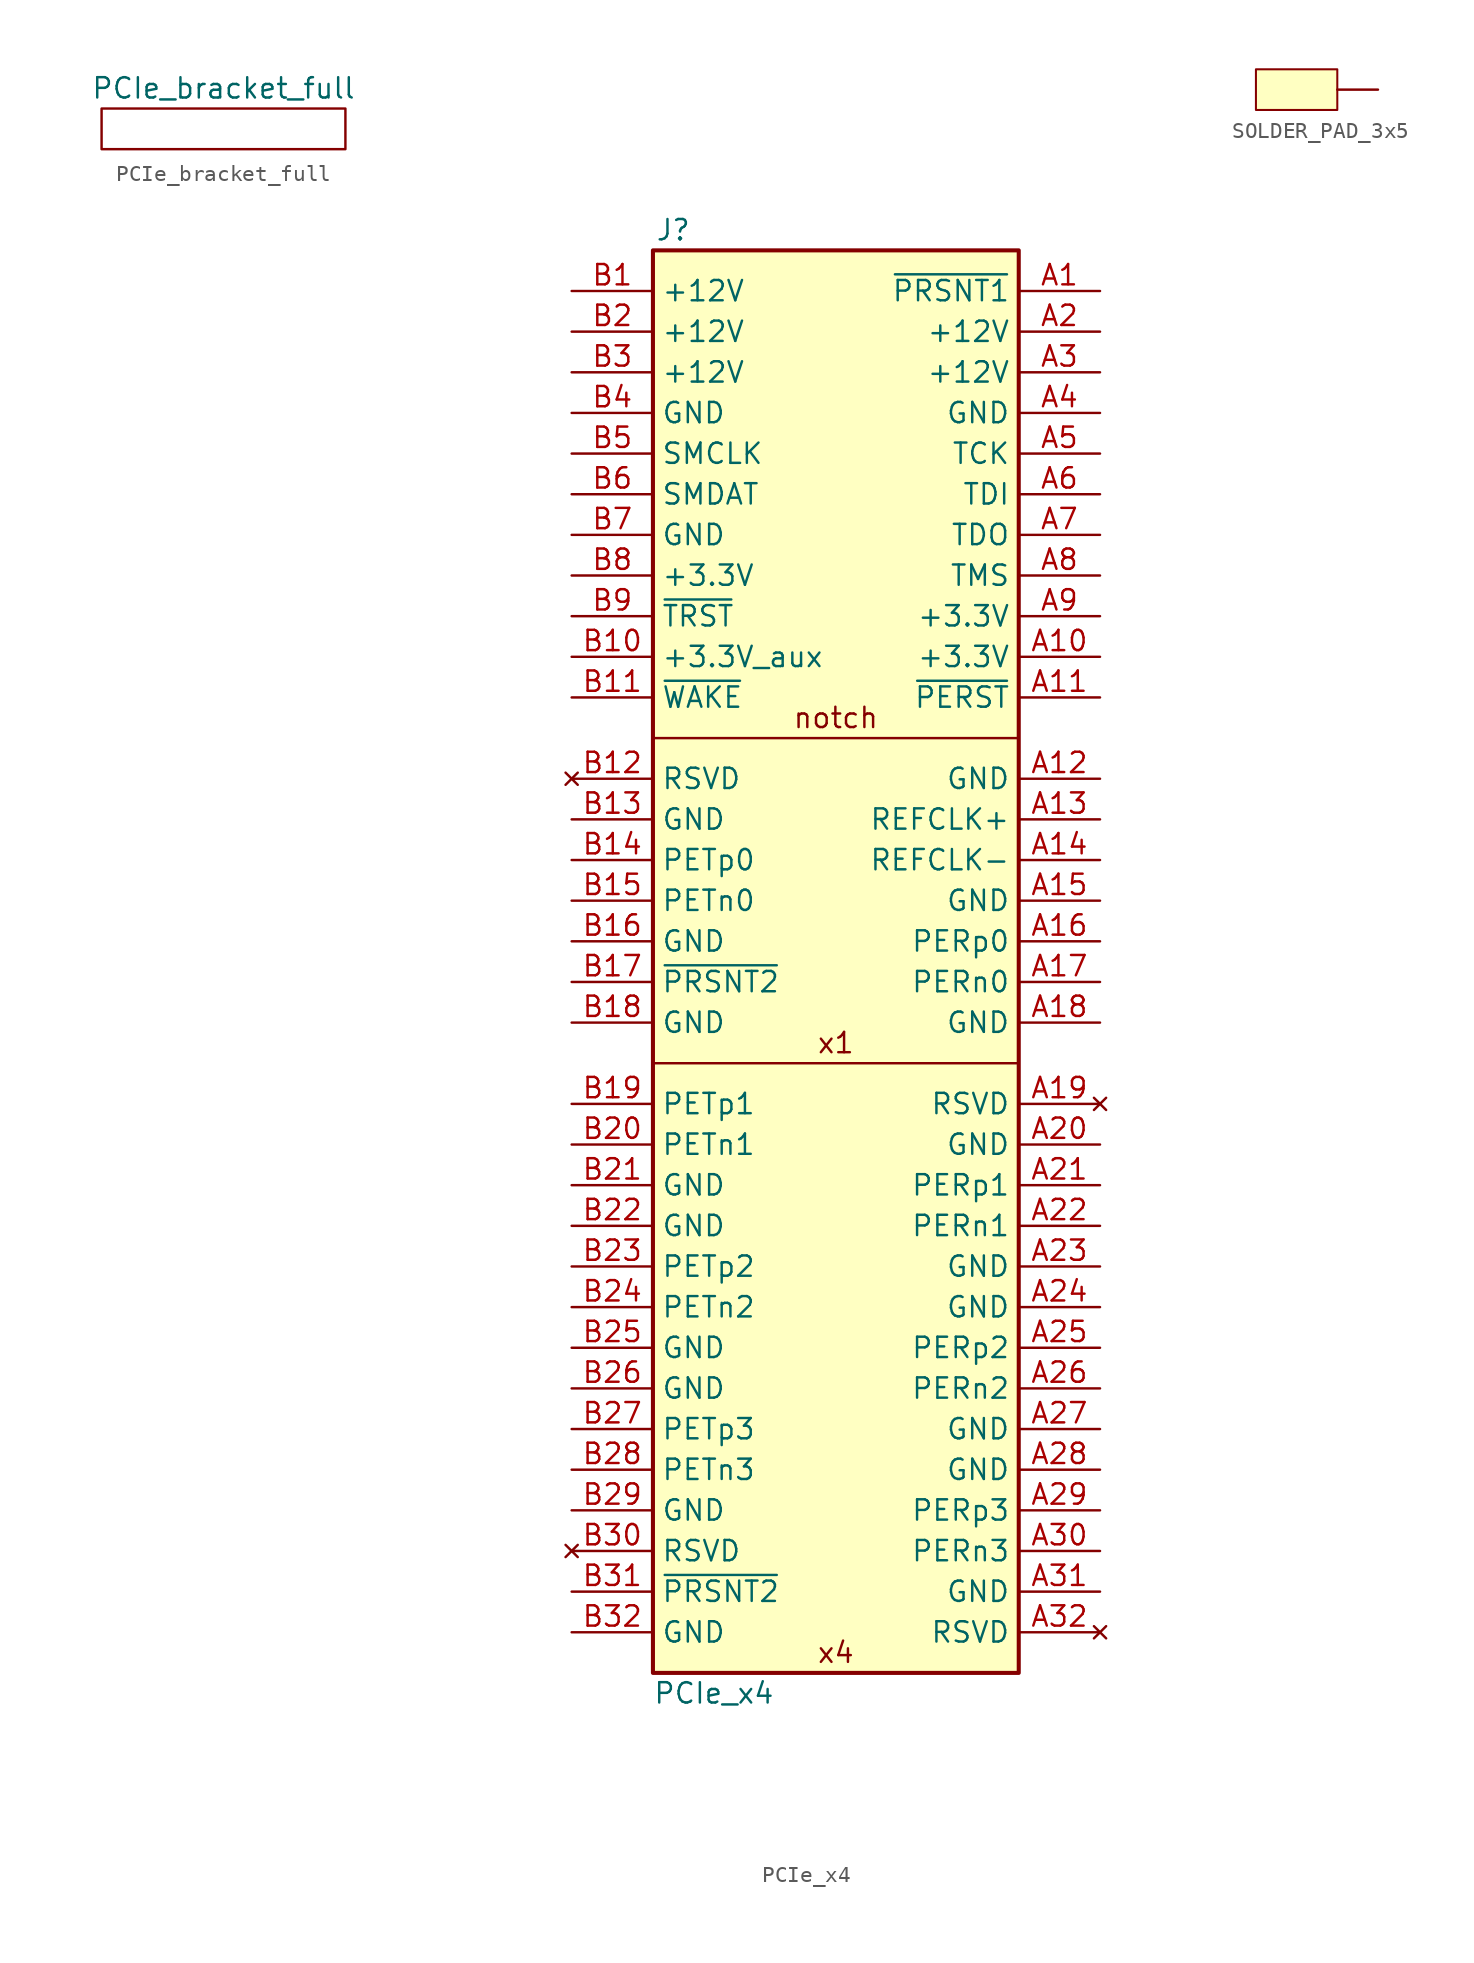
<source format=kicad_sym>
(kicad_symbol_lib
  (version 20211014)
  (generator kicad_symbol_editor)
  (symbol "PCIe_bracket_full"
    (pin_numbers hide)
    (pin_names
      (offset 0) hide)
    (property "Reference" "ZZ"
      (at 10.16 0 0)
      (effects (font (size 1.27 1.27)) hide))
    (property "Value" "PCIe_bracket_full"
      (at 0 2.54 0)
      (effects (font (size 1.27 1.27))))
    (symbol "PCIe_bracket_full_0_1"
      (rectangle (start -7.62 1.27) (end 7.62 -1.27) (stroke (width 0.152) (type default) (color 0 0 0 0)) (fill (type none)))))
  (symbol "PCIe_x4"
    (property "Reference" "J"
      (at 1.27 1.27 0)
      (effects (font (size 1.27 1.27))))
    (property "Value" "PCIe_x4"
      (at 3.81 -90.17 0)
      (effects (font (size 1.27 1.27))))
    (symbol "PCIe_x4_0_0"
      (text "" (at -8.89 0 0) (effects (font (size 1.27 1.27))))
      (text "notch" (at 11.43 -29.21 0) (effects (font (size 1.27 1.27))))
      (text "x1" (at 11.43 -49.53 0) (effects (font (size 1.27 1.27))))
      (text "x4" (at 11.43 -87.63 0) (effects (font (size 1.27 1.27)))))
    (symbol "PCIe_x4_0_1"
      (polyline (pts (xy 22.86 -50.8) (xy 0 -50.8)) (stroke (width 0) (type default) (color 0 0 0 0)) (fill (type none)))
      (polyline (pts (xy 22.86 -30.48) (xy 0 -30.48)) (stroke (width 0) (type default) (color 0 0 0 0)) (fill (type none))))
    (symbol "PCIe_x4_1_1"
      (rectangle (start 22.86 0) (end 0 -88.9) (stroke (width 0.254) (type default) (color 0 0 0 0)) (fill (type background)))
      (pin passive line (at 27.94 -2.54 180) (length 5.08) (name "~{PRSNT1}" (effects (font (size 1.27 1.27)))) (number "A1" (effects (font (size 1.27 1.27)))))
      (pin power_out line (at 27.94 -25.4 180) (length 5.08) (name "+3.3V" (effects (font (size 1.27 1.27)))) (number "A10" (effects (font (size 1.27 1.27)))))
      (pin output line (at 27.94 -27.94 180) (length 5.08) (name "~{PERST}" (effects (font (size 1.27 1.27)))) (number "A11" (effects (font (size 1.27 1.27)))))
      (pin power_out line (at 27.94 -33.02 180) (length 5.08) (name "GND" (effects (font (size 1.27 1.27)))) (number "A12" (effects (font (size 1.27 1.27)))))
      (pin output line (at 27.94 -35.56 180) (length 5.08) (name "REFCLK+" (effects (font (size 1.27 1.27)))) (number "A13" (effects (font (size 1.27 1.27)))))
      (pin output line (at 27.94 -38.1 180) (length 5.08) (name "REFCLK-" (effects (font (size 1.27 1.27)))) (number "A14" (effects (font (size 1.27 1.27)))))
      (pin power_out line (at 27.94 -40.64 180) (length 5.08) (name "GND" (effects (font (size 1.27 1.27)))) (number "A15" (effects (font (size 1.27 1.27)))))
      (pin input line (at 27.94 -43.18 180) (length 5.08) (name "PERp0" (effects (font (size 1.27 1.27)))) (number "A16" (effects (font (size 1.27 1.27)))))
      (pin input line (at 27.94 -45.72 180) (length 5.08) (name "PERn0" (effects (font (size 1.27 1.27)))) (number "A17" (effects (font (size 1.27 1.27)))))
      (pin power_out line (at 27.94 -48.26 180) (length 5.08) (name "GND" (effects (font (size 1.27 1.27)))) (number "A18" (effects (font (size 1.27 1.27)))))
      (pin no_connect line (at 27.94 -53.34 180) (length 5.08) (name "RSVD" (effects (font (size 1.27 1.27)))) (number "A19" (effects (font (size 1.27 1.27)))))
      (pin power_out line (at 27.94 -5.08 180) (length 5.08) (name "+12V" (effects (font (size 1.27 1.27)))) (number "A2" (effects (font (size 1.27 1.27)))))
      (pin power_out line (at 27.94 -55.88 180) (length 5.08) (name "GND" (effects (font (size 1.27 1.27)))) (number "A20" (effects (font (size 1.27 1.27)))))
      (pin input line (at 27.94 -58.42 180) (length 5.08) (name "PERp1" (effects (font (size 1.27 1.27)))) (number "A21" (effects (font (size 1.27 1.27)))))
      (pin input line (at 27.94 -60.96 180) (length 5.08) (name "PERn1" (effects (font (size 1.27 1.27)))) (number "A22" (effects (font (size 1.27 1.27)))))
      (pin power_out line (at 27.94 -63.5 180) (length 5.08) (name "GND" (effects (font (size 1.27 1.27)))) (number "A23" (effects (font (size 1.27 1.27)))))
      (pin power_out line (at 27.94 -66.04 180) (length 5.08) (name "GND" (effects (font (size 1.27 1.27)))) (number "A24" (effects (font (size 1.27 1.27)))))
      (pin input line (at 27.94 -68.58 180) (length 5.08) (name "PERp2" (effects (font (size 1.27 1.27)))) (number "A25" (effects (font (size 1.27 1.27)))))
      (pin input line (at 27.94 -71.12 180) (length 5.08) (name "PERn2" (effects (font (size 1.27 1.27)))) (number "A26" (effects (font (size 1.27 1.27)))))
      (pin power_out line (at 27.94 -73.66 180) (length 5.08) (name "GND" (effects (font (size 1.27 1.27)))) (number "A27" (effects (font (size 1.27 1.27)))))
      (pin power_out line (at 27.94 -76.2 180) (length 5.08) (name "GND" (effects (font (size 1.27 1.27)))) (number "A28" (effects (font (size 1.27 1.27)))))
      (pin input line (at 27.94 -78.74 180) (length 5.08) (name "PERp3" (effects (font (size 1.27 1.27)))) (number "A29" (effects (font (size 1.27 1.27)))))
      (pin power_out line (at 27.94 -7.62 180) (length 5.08) (name "+12V" (effects (font (size 1.27 1.27)))) (number "A3" (effects (font (size 1.27 1.27)))))
      (pin input line (at 27.94 -81.28 180) (length 5.08) (name "PERn3" (effects (font (size 1.27 1.27)))) (number "A30" (effects (font (size 1.27 1.27)))))
      (pin power_out line (at 27.94 -83.82 180) (length 5.08) (name "GND" (effects (font (size 1.27 1.27)))) (number "A31" (effects (font (size 1.27 1.27)))))
      (pin no_connect line (at 27.94 -86.36 180) (length 5.08) (name "RSVD" (effects (font (size 1.27 1.27)))) (number "A32" (effects (font (size 1.27 1.27)))))
      (pin power_out line (at 27.94 -10.16 180) (length 5.08) (name "GND" (effects (font (size 1.27 1.27)))) (number "A4" (effects (font (size 1.27 1.27)))))
      (pin output line (at 27.94 -12.7 180) (length 5.08) (name "TCK" (effects (font (size 1.27 1.27)))) (number "A5" (effects (font (size 1.27 1.27)))))
      (pin output line (at 27.94 -15.24 180) (length 5.08) (name "TDI" (effects (font (size 1.27 1.27)))) (number "A6" (effects (font (size 1.27 1.27)))))
      (pin input line (at 27.94 -17.78 180) (length 5.08) (name "TDO" (effects (font (size 1.27 1.27)))) (number "A7" (effects (font (size 1.27 1.27)))))
      (pin output line (at 27.94 -20.32 180) (length 5.08) (name "TMS" (effects (font (size 1.27 1.27)))) (number "A8" (effects (font (size 1.27 1.27)))))
      (pin power_out line (at 27.94 -22.86 180) (length 5.08) (name "+3.3V" (effects (font (size 1.27 1.27)))) (number "A9" (effects (font (size 1.27 1.27)))))
      (pin power_out line (at -5.08 -2.54 0) (length 5.08) (name "+12V" (effects (font (size 1.27 1.27)))) (number "B1" (effects (font (size 1.27 1.27)))))
      (pin power_out line (at -5.08 -25.4 0) (length 5.08) (name "+3.3V_aux" (effects (font (size 1.27 1.27)))) (number "B10" (effects (font (size 1.27 1.27)))))
      (pin open_collector line (at -5.08 -27.94 0) (length 5.08) (name "~{WAKE}" (effects (font (size 1.27 1.27)))) (number "B11" (effects (font (size 1.27 1.27)))))
      (pin no_connect line (at -5.08 -33.02 0) (length 5.08) (name "RSVD" (effects (font (size 1.27 1.27)))) (number "B12" (effects (font (size 1.27 1.27)))))
      (pin power_out line (at -5.08 -35.56 0) (length 5.08) (name "GND" (effects (font (size 1.27 1.27)))) (number "B13" (effects (font (size 1.27 1.27)))))
      (pin output line (at -5.08 -38.1 0) (length 5.08) (name "PETp0" (effects (font (size 1.27 1.27)))) (number "B14" (effects (font (size 1.27 1.27)))))
      (pin output line (at -5.08 -40.64 0) (length 5.08) (name "PETn0" (effects (font (size 1.27 1.27)))) (number "B15" (effects (font (size 1.27 1.27)))))
      (pin power_out line (at -5.08 -43.18 0) (length 5.08) (name "GND" (effects (font (size 1.27 1.27)))) (number "B16" (effects (font (size 1.27 1.27)))))
      (pin passive line (at -5.08 -45.72 0) (length 5.08) (name "~{PRSNT2}" (effects (font (size 1.27 1.27)))) (number "B17" (effects (font (size 1.27 1.27)))))
      (pin power_out line (at -5.08 -48.26 0) (length 5.08) (name "GND" (effects (font (size 1.27 1.27)))) (number "B18" (effects (font (size 1.27 1.27)))))
      (pin output line (at -5.08 -53.34 0) (length 5.08) (name "PETp1" (effects (font (size 1.27 1.27)))) (number "B19" (effects (font (size 1.27 1.27)))))
      (pin power_out line (at -5.08 -5.08 0) (length 5.08) (name "+12V" (effects (font (size 1.27 1.27)))) (number "B2" (effects (font (size 1.27 1.27)))))
      (pin output line (at -5.08 -55.88 0) (length 5.08) (name "PETn1" (effects (font (size 1.27 1.27)))) (number "B20" (effects (font (size 1.27 1.27)))))
      (pin power_out line (at -5.08 -58.42 0) (length 5.08) (name "GND" (effects (font (size 1.27 1.27)))) (number "B21" (effects (font (size 1.27 1.27)))))
      (pin power_out line (at -5.08 -60.96 0) (length 5.08) (name "GND" (effects (font (size 1.27 1.27)))) (number "B22" (effects (font (size 1.27 1.27)))))
      (pin output line (at -5.08 -63.5 0) (length 5.08) (name "PETp2" (effects (font (size 1.27 1.27)))) (number "B23" (effects (font (size 1.27 1.27)))))
      (pin output line (at -5.08 -66.04 0) (length 5.08) (name "PETn2" (effects (font (size 1.27 1.27)))) (number "B24" (effects (font (size 1.27 1.27)))))
      (pin power_out line (at -5.08 -68.58 0) (length 5.08) (name "GND" (effects (font (size 1.27 1.27)))) (number "B25" (effects (font (size 1.27 1.27)))))
      (pin power_out line (at -5.08 -71.12 0) (length 5.08) (name "GND" (effects (font (size 1.27 1.27)))) (number "B26" (effects (font (size 1.27 1.27)))))
      (pin output line (at -5.08 -73.66 0) (length 5.08) (name "PETp3" (effects (font (size 1.27 1.27)))) (number "B27" (effects (font (size 1.27 1.27)))))
      (pin output line (at -5.08 -76.2 0) (length 5.08) (name "PETn3" (effects (font (size 1.27 1.27)))) (number "B28" (effects (font (size 1.27 1.27)))))
      (pin power_out line (at -5.08 -78.74 0) (length 5.08) (name "GND" (effects (font (size 1.27 1.27)))) (number "B29" (effects (font (size 1.27 1.27)))))
      (pin power_out line (at -5.08 -7.62 0) (length 5.08) (name "+12V" (effects (font (size 1.27 1.27)))) (number "B3" (effects (font (size 1.27 1.27)))))
      (pin no_connect line (at -5.08 -81.28 0) (length 5.08) (name "RSVD" (effects (font (size 1.27 1.27)))) (number "B30" (effects (font (size 1.27 1.27)))))
      (pin passive line (at -5.08 -83.82 0) (length 5.08) (name "~{PRSNT2}" (effects (font (size 1.27 1.27)))) (number "B31" (effects (font (size 1.27 1.27)))))
      (pin power_out line (at -5.08 -86.36 0) (length 5.08) (name "GND" (effects (font (size 1.27 1.27)))) (number "B32" (effects (font (size 1.27 1.27)))))
      (pin power_out line (at -5.08 -10.16 0) (length 5.08) (name "GND" (effects (font (size 1.27 1.27)))) (number "B4" (effects (font (size 1.27 1.27)))))
      (pin open_collector line (at -5.08 -12.7 0) (length 5.08) (name "SMCLK" (effects (font (size 1.27 1.27)))) (number "B5" (effects (font (size 1.27 1.27)))))
      (pin open_collector line (at -5.08 -15.24 0) (length 5.08) (name "SMDAT" (effects (font (size 1.27 1.27)))) (number "B6" (effects (font (size 1.27 1.27)))))
      (pin power_out line (at -5.08 -17.78 0) (length 5.08) (name "GND" (effects (font (size 1.27 1.27)))) (number "B7" (effects (font (size 1.27 1.27)))))
      (pin power_out line (at -5.08 -20.32 0) (length 5.08) (name "+3.3V" (effects (font (size 1.27 1.27)))) (number "B8" (effects (font (size 1.27 1.27)))))
      (pin output line (at -5.08 -22.86 0) (length 5.08) (name "~{TRST}" (effects (font (size 1.27 1.27)))) (number "B9" (effects (font (size 1.27 1.27)))))))
  (symbol "SOLDER_PAD_3x5"
    (pin_numbers hide)
    (pin_names
      (offset 0) hide)
    (property "Reference" "J"
      (at -1.27 0 0)
      (effects (font (size 1.27 1.27)) hide))
    (symbol "SOLDER_PAD_3x5_0_1"
      (rectangle (start -2.54 1.27) (end 2.54 -1.27) (stroke (width 0.127) (type default) (color 0 0 0 0)) (fill (type background))))
    (symbol "SOLDER_PAD_3x5_1_1"
      (pin passive line (at 5.08 0 180) (length 2.54) (name "1" (effects (font (size 1.27 1.27)))) (number "1" (effects (font (size 1.27 1.27))))))))
</source>
